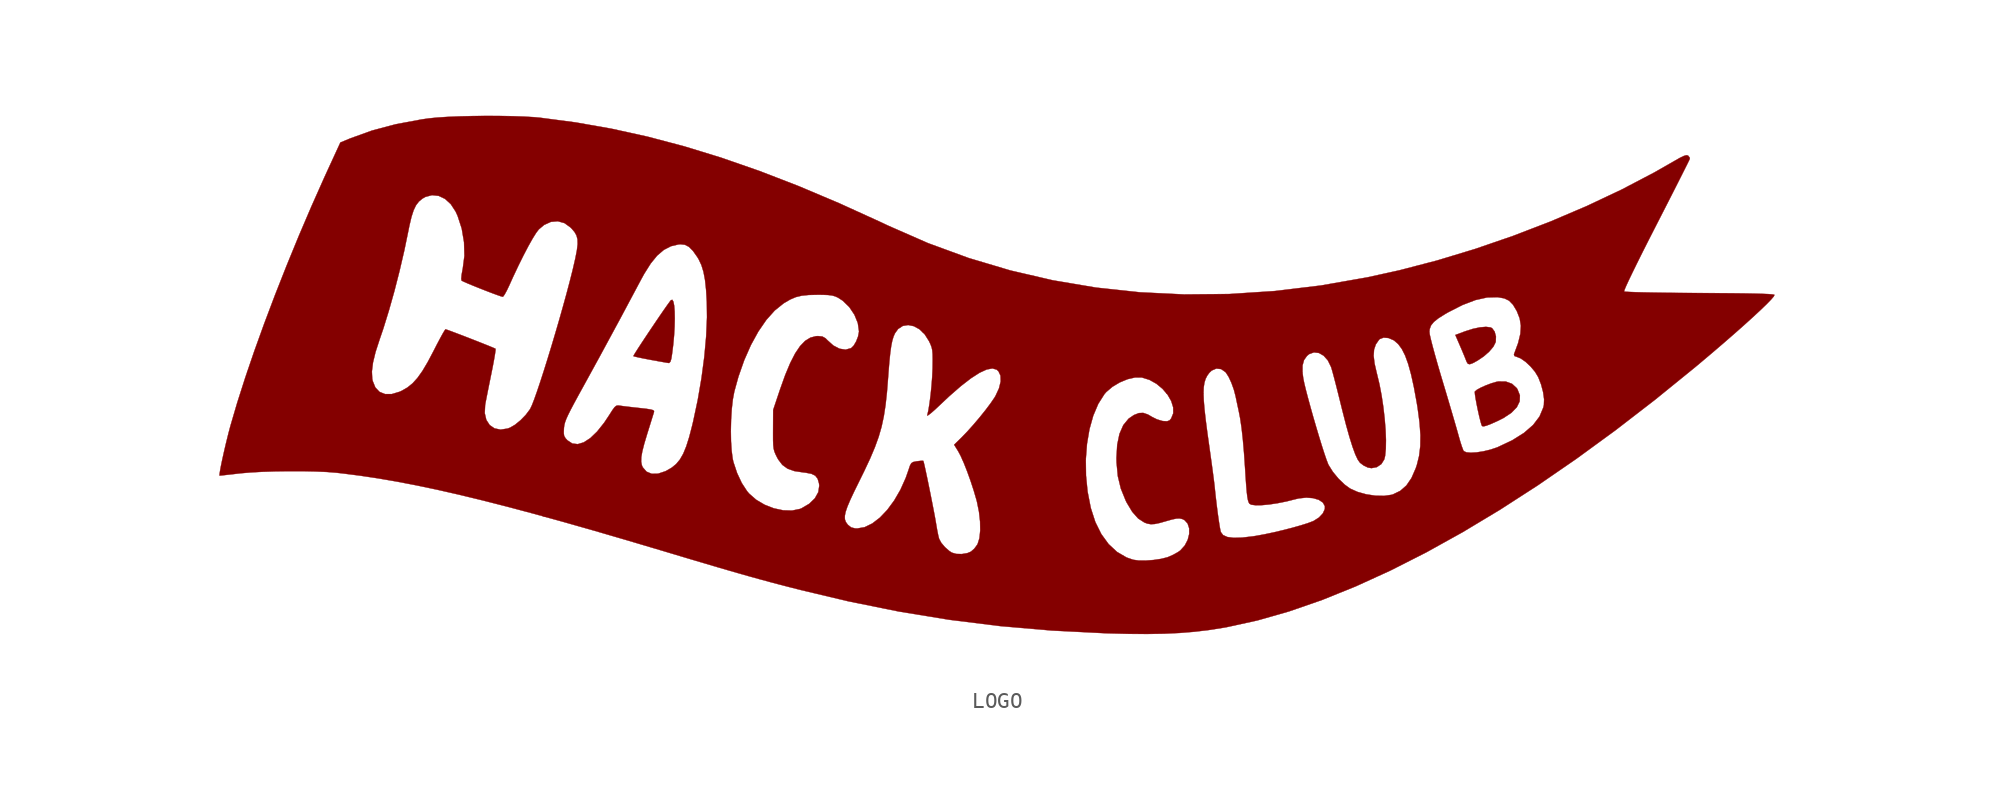
<source format=kicad_sym>
(kicad_symbol_lib
  (version 20220914)
  (generator "bitmap2component")
  (generator_version "8.0")
  (symbol "LOGO"
    (pin_names
      (offset 1.016))
    (property "Reference" "#G"
      (at 0 17.145 0)
      (effects (font (size 1.27 1.27)) hide))
    (symbol "LOGO_0_0"
      (polyline (pts (xy 12.382 -14.618) (xy 13.351 -14.573) (xy 14.26 -14.499) (xy 15.135 -14.396) (xy 16.002 -14.261) (xy 16.303 -14.208) (xy 18.21 -13.79) (xy 20.191 -13.225) (xy 22.24 -12.515) (xy 24.353 -11.662) (xy 26.527 -10.669) (xy 28.756 -9.539) (xy 31.037 -8.273) (xy 33.364 -6.875) (xy 35.734 -5.346) (xy 38.142 -3.689) (xy 40.584 -1.907) (xy 43.055 -0.001) (xy 45.551 2.025) (xy 45.88 2.3) (xy 46.635 2.937) (xy 47.352 3.552) (xy 48.023 4.136) (xy 48.636 4.679) (xy 49.182 5.173) (xy 49.648 5.606) (xy 50.026 5.97) (xy 50.304 6.256) (xy 50.473 6.453) (xy 50.521 6.552) (xy 50.509 6.561) (xy 50.399 6.583) (xy 50.167 6.602) (xy 49.807 6.618) (xy 49.312 6.632) (xy 48.675 6.644) (xy 47.889 6.654) (xy 46.947 6.662) (xy 45.843 6.668) (xy 45.395 6.671) (xy 44.528 6.677) (xy 43.726 6.686) (xy 43.004 6.697) (xy 42.378 6.709) (xy 41.862 6.722) (xy 41.47 6.737) (xy 41.218 6.751) (xy 41.121 6.766) (xy 41.12 6.769) (xy 41.15 6.874) (xy 41.253 7.118) (xy 41.424 7.489) (xy 41.659 7.977) (xy 41.951 8.572) (xy 42.295 9.264) (xy 42.688 10.041) (xy 43.123 10.893) (xy 43.321 11.28) (xy 43.704 12.029) (xy 44.061 12.728) (xy 44.383 13.362) (xy 44.663 13.917) (xy 44.895 14.378) (xy 45.072 14.731) (xy 45.185 14.962) (xy 45.227 15.057) (xy 45.221 15.133) (xy 45.12 15.26) (xy 45.113 15.264) (xy 45.011 15.281) (xy 44.848 15.233) (xy 44.596 15.11) (xy 44.231 14.901) (xy 43.028 14.213) (xy 40.968 13.134) (xy 38.787 12.104) (xy 36.515 11.135) (xy 34.181 10.238) (xy 31.814 9.424) (xy 29.441 8.705) (xy 27.093 8.093) (xy 25.086 7.651) (xy 22.178 7.141) (xy 19.298 6.794) (xy 16.448 6.607) (xy 13.632 6.581) (xy 10.853 6.716) (xy 8.114 7.011) (xy 5.418 7.466) (xy 2.768 8.081) (xy 0.169 8.855) (xy -2.378 9.788) (xy -4.868 10.88) (xy -5.312 11.09) (xy -7.935 12.284) (xy -10.465 13.353) (xy -12.915 14.299) (xy -15.297 15.127) (xy -17.623 15.84) (xy -19.907 16.443) (xy -22.161 16.939) (xy -24.397 17.332) (xy -26.628 17.626) (xy -26.986 17.659) (xy -27.622 17.696) (xy -28.362 17.721) (xy -29.171 17.735) (xy -30.014 17.738) (xy -30.86 17.728) (xy -31.672 17.708) (xy -32.417 17.677) (xy -33.061 17.635) (xy -33.57 17.583) (xy -34.015 17.52) (xy -35.636 17.218) (xy -37.126 16.822) (xy -38.494 16.328) (xy -39.1 16.077) (xy -39.906 14.325) (xy -40.115 13.867) (xy -40.916 12.068) (xy -41.699 10.237) (xy -42.455 8.395) (xy -43.177 6.566) (xy -43.855 4.771) (xy -44.482 3.033) (xy -44.914 1.768) (xy -37.131 1.768) (xy -37.063 2.32) (xy -36.903 2.982) (xy -36.648 3.768) (xy -36.416 4.447) (xy -36.068 5.573) (xy -35.724 6.792) (xy -35.4 8.059) (xy -35.105 9.329) (xy -34.852 10.556) (xy -34.787 10.879) (xy -34.658 11.425) (xy -34.524 11.841) (xy -34.373 12.154) (xy -34.193 12.388) (xy -33.974 12.57) (xy -33.786 12.677) (xy -33.373 12.787) (xy -32.956 12.742) (xy -32.558 12.552) (xy -32.199 12.223) (xy -31.9 11.765) (xy -31.774 11.491) (xy -31.516 10.697) (xy -31.372 9.845) (xy -31.349 8.99) (xy -31.453 8.185) (xy -31.468 8.116) (xy -31.524 7.799) (xy -31.545 7.562) (xy -31.527 7.449) (xy -31.514 7.439) (xy -31.375 7.371) (xy -31.121 7.26) (xy -30.785 7.121) (xy -30.401 6.967) (xy -30.004 6.811) (xy -29.626 6.666) (xy -29.302 6.547) (xy -29.066 6.465) (xy -28.952 6.435) (xy -28.925 6.452) (xy -28.831 6.586) (xy -28.7 6.825) (xy -28.553 7.133) (xy -28.31 7.67) (xy -27.976 8.377) (xy -27.654 9.026) (xy -27.355 9.598) (xy -27.089 10.071) (xy -26.867 10.428) (xy -26.699 10.647) (xy -26.367 10.926) (xy -25.943 11.118) (xy -25.511 11.156) (xy -25.094 11.039) (xy -24.714 10.764) (xy -24.632 10.68) (xy -24.459 10.472) (xy -24.342 10.261) (xy -24.281 10.02) (xy -24.274 9.722) (xy -24.319 9.341) (xy -24.414 8.85) (xy -24.558 8.223) (xy -24.602 8.04) (xy -24.773 7.364) (xy -24.97 6.62) (xy -25.189 5.826) (xy -25.422 5.002) (xy -25.665 4.168) (xy -25.911 3.342) (xy -26.155 2.545) (xy -26.39 1.795) (xy -26.611 1.112) (xy -26.812 0.515) (xy -26.986 0.024) (xy -27.129 -0.342) (xy -27.234 -0.564) (xy -27.26 -0.607) (xy -27.514 -0.945) (xy -27.838 -1.278) (xy -28.182 -1.56) (xy -28.493 -1.742) (xy -28.651 -1.8) (xy -29.09 -1.867) (xy -29.468 -1.79) (xy -29.77 -1.582) (xy -29.98 -1.259) (xy -30.079 -0.834) (xy -30.054 -0.324) (xy -30.023 -0.153) (xy -29.961 0.166) (xy -29.878 0.586) (xy -29.78 1.073) (xy -29.675 1.591) (xy -29.674 1.595) (xy -29.576 2.084) (xy -29.496 2.514) (xy -29.437 2.859) (xy -29.405 3.091) (xy -29.403 3.184) (xy -29.433 3.201) (xy -29.596 3.272) (xy -29.871 3.385) (xy -30.229 3.528) (xy -30.639 3.69) (xy -31.072 3.859) (xy -31.497 4.023) (xy -31.886 4.171) (xy -32.208 4.292) (xy -32.432 4.373) (xy -32.531 4.402) (xy -32.578 4.343) (xy -32.691 4.155) (xy -32.853 3.861) (xy -33.053 3.484) (xy -33.275 3.05) (xy -33.64 2.359) (xy -33.97 1.802) (xy -34.28 1.366) (xy -34.586 1.028) (xy -34.904 0.769) (xy -35.251 0.568) (xy -35.391 0.503) (xy -35.881 0.355) (xy -36.306 0.353) (xy -36.654 0.492) (xy -36.917 0.77) (xy -37.084 1.184) (xy -37.109 1.311) (xy -37.131 1.768) (xy -44.914 1.768) (xy -45.048 1.374) (xy -45.546 -0.184) (xy -45.967 -1.618) (xy -46.025 -1.832) (xy -46.088 -2.076) (xy -25.143 -2.076) (xy -25.13 -1.788) (xy -25.124 -1.715) (xy -25.101 -1.563) (xy -25.057 -1.398) (xy -24.984 -1.201) (xy -24.872 -0.953) (xy -24.712 -0.633) (xy -24.497 -0.225) (xy -24.216 0.293) (xy -23.86 0.939) (xy -22.883 2.721) (xy -21.59 5.11) (xy -20.274 7.577) (xy -20.114 7.868) (xy -19.707 8.515) (xy -19.302 9.011) (xy -18.885 9.367) (xy -18.443 9.595) (xy -17.965 9.708) (xy -17.847 9.717) (xy -17.564 9.685) (xy -17.314 9.554) (xy -17.066 9.304) (xy -16.791 8.914) (xy -16.707 8.774) (xy -16.538 8.413) (xy -16.408 7.992) (xy -16.312 7.483) (xy -16.245 6.86) (xy -16.2 6.096) (xy -16.189 5.158) (xy -16.241 3.966) (xy -16.357 2.684) (xy -16.534 1.348) (xy -16.767 -0.01) (xy -17.053 -1.355) (xy -17.116 -1.618) (xy -17.195 -1.925) (xy -14.699 -1.925) (xy -14.683 -1.242) (xy -14.642 -0.582) (xy -14.575 0.015) (xy -14.483 0.508) (xy -14.227 1.436) (xy -13.864 2.47) (xy -13.446 3.418) (xy -12.982 4.263) (xy -12.482 4.99) (xy -11.954 5.58) (xy -11.409 6.018) (xy -11.362 6.049) (xy -10.988 6.266) (xy -10.641 6.414) (xy -10.271 6.504) (xy -9.831 6.549) (xy -9.271 6.562) (xy -8.963 6.56) (xy -8.617 6.546) (xy -8.368 6.515) (xy -8.174 6.46) (xy -7.99 6.375) (xy -7.7 6.185) (xy -7.295 5.79) (xy -6.975 5.313) (xy -6.764 4.796) (xy -6.691 4.282) (xy -6.692 4.242) (xy -6.749 3.95) (xy -6.869 3.642) (xy -7.024 3.38) (xy -7.184 3.224) (xy -7.527 3.131) (xy -7.904 3.188) (xy -8.291 3.388) (xy -8.662 3.721) (xy -8.784 3.844) (xy -8.98 3.952) (xy -9.251 3.979) (xy -9.376 3.973) (xy -9.726 3.883) (xy -10.056 3.68) (xy -10.372 3.353) (xy -10.681 2.894) (xy -10.988 2.294) (xy -11.302 1.544) (xy -11.627 0.635) (xy -12.053 -0.635) (xy -12.059 -1.868) (xy -12.06 -2.106) (xy -12.059 -2.525) (xy -12.048 -2.827) (xy -12.024 -3.049) (xy -11.979 -3.228) (xy -11.91 -3.399) (xy -11.811 -3.599) (xy -11.739 -3.73) (xy -11.482 -4.069) (xy -11.156 -4.305) (xy -10.73 -4.457) (xy -10.172 -4.541) (xy -10.039 -4.555) (xy -9.667 -4.625) (xy -9.423 -4.744) (xy -9.274 -4.935) (xy -9.19 -5.22) (xy -9.172 -5.366) (xy -9.233 -5.775) (xy -9.447 -6.159) (xy -9.8 -6.501) (xy -10.281 -6.783) (xy -10.38 -6.823) (xy -10.873 -6.925) (xy -11.43 -6.909) (xy -12.013 -6.785) (xy -12.586 -6.562) (xy -13.113 -6.251) (xy -13.557 -5.863) (xy -13.685 -5.712) (xy -14.016 -5.204) (xy -14.307 -4.584) (xy -14.537 -3.895) (xy -14.584 -3.685) (xy -14.649 -3.187) (xy -14.688 -2.587) (xy -14.699 -1.925) (xy -17.195 -1.925) (xy -17.303 -2.338) (xy -17.486 -2.917) (xy -17.675 -3.377) (xy -17.883 -3.738) (xy -18.12 -4.021) (xy -18.398 -4.247) (xy -18.728 -4.438) (xy -18.793 -4.469) (xy -19.248 -4.62) (xy -19.643 -4.628) (xy -19.966 -4.495) (xy -20.202 -4.224) (xy -20.262 -4.088) (xy -20.304 -3.867) (xy -20.295 -3.585) (xy -20.231 -3.22) (xy -20.11 -2.746) (xy -19.929 -2.14) (xy -19.856 -1.907) (xy -19.725 -1.487) (xy -19.615 -1.133) (xy -19.536 -0.878) (xy -19.498 -0.752) (xy -19.501 -0.696) (xy -19.567 -0.646) (xy -19.725 -0.604) (xy -20 -0.562) (xy -20.419 -0.515) (xy -20.751 -0.479) (xy -21.138 -0.434) (xy -21.45 -0.396) (xy -21.64 -0.369) (xy -21.756 -0.356) (xy -21.863 -0.38) (xy -21.97 -0.471) (xy -22.105 -0.655) (xy -22.298 -0.959) (xy -22.617 -1.438) (xy -23.056 -1.988) (xy -23.482 -2.397) (xy -23.887 -2.661) (xy -24.264 -2.775) (xy -24.607 -2.735) (xy -24.909 -2.537) (xy -25.031 -2.405) (xy -25.116 -2.26) (xy -25.143 -2.076) (xy -46.088 -2.076) (xy -46.143 -2.29) (xy -46.262 -2.775) (xy -46.375 -3.261) (xy -46.477 -3.721) (xy -46.561 -4.126) (xy -46.621 -4.45) (xy -46.653 -4.664) (xy -46.649 -4.741) (xy -46.633 -4.74) (xy -46.483 -4.726) (xy -46.208 -4.695) (xy -45.84 -4.654) (xy -45.411 -4.604) (xy -45.343 -4.596) (xy -44.72 -4.543) (xy -43.98 -4.502) (xy -43.164 -4.475) (xy -42.313 -4.463) (xy -41.467 -4.464) (xy -40.667 -4.481) (xy -39.955 -4.512) (xy -39.37 -4.558) (xy -38.934 -4.607) (xy -37.855 -4.745) (xy -36.736 -4.913) (xy -35.568 -5.114) (xy -34.34 -5.35) (xy -33.042 -5.623) (xy -31.665 -5.936) (xy -30.198 -6.292) (xy -28.633 -6.691) (xy -26.957 -7.138) (xy -26.48 -7.27) (xy -7.579 -7.27) (xy -7.529 -7.013) (xy -7.417 -6.683) (xy -7.238 -6.26) (xy -6.988 -5.727) (xy -6.662 -5.064) (xy -6.359 -4.449) (xy -5.992 -3.666) (xy -5.697 -2.967) (xy -5.462 -2.319) (xy -5.279 -1.686) (xy -5.139 -1.032) (xy -5.03 -0.323) (xy -4.943 0.476) (xy -4.87 1.402) (xy -4.844 1.759) (xy -4.789 2.425) (xy -4.734 2.954) (xy -4.675 3.369) (xy -4.61 3.692) (xy -4.533 3.946) (xy -4.443 4.152) (xy -4.247 4.423) (xy -3.954 4.614) (xy -3.617 4.67) (xy -3.26 4.598) (xy -2.909 4.404) (xy -2.723 4.224) (xy 28.956 4.224) (xy 28.971 4.406) (xy 29.054 4.641) (xy 29.231 4.862) (xy 29.522 5.095) (xy 29.95 5.363) (xy 30.132 5.468) (xy 31.024 5.922) (xy 31.834 6.231) (xy 32.562 6.393) (xy 33.212 6.41) (xy 33.241 6.407) (xy 33.639 6.335) (xy 33.938 6.19) (xy 34.181 5.939) (xy 34.412 5.553) (xy 34.423 5.532) (xy 34.599 5.083) (xy 34.673 4.621) (xy 34.64 4.116) (xy 34.5 3.541) (xy 34.251 2.866) (xy 34.239 2.826) (xy 34.275 2.732) (xy 34.451 2.669) (xy 34.667 2.58) (xy 34.972 2.367) (xy 35.282 2.075) (xy 35.558 1.745) (xy 35.758 1.414) (xy 35.936 0.957) (xy 36.062 0.477) (xy 36.124 0.031) (xy 36.111 -0.326) (xy 36.075 -0.484) (xy 35.839 -1.048) (xy 35.436 -1.578) (xy 34.867 -2.072) (xy 34.133 -2.533) (xy 33.233 -2.958) (xy 33.182 -2.979) (xy 32.768 -3.118) (xy 32.333 -3.222) (xy 31.912 -3.288) (xy 31.542 -3.309) (xy 31.26 -3.284) (xy 31.101 -3.207) (xy 31.064 -3.136) (xy 30.983 -2.921) (xy 30.883 -2.61) (xy 30.778 -2.244) (xy 30.751 -2.143) (xy 30.651 -1.791) (xy 30.514 -1.317) (xy 30.347 -0.747) (xy 30.16 -0.111) (xy 29.959 0.565) (xy 29.753 1.251) (xy 29.643 1.619) (xy 29.458 2.254) (xy 29.293 2.839) (xy 29.154 3.35) (xy 29.048 3.766) (xy 28.98 4.065) (xy 28.956 4.224) (xy -2.723 4.224) (xy -2.586 4.092) (xy -2.317 3.668) (xy -2.224 3.472) (xy -2.154 3.289) (xy -2.112 3.098) (xy -2.091 2.859) (xy -2.085 2.531) (xy -2.09 2.074) (xy -2.092 1.95) (xy -2.116 1.427) (xy -2.159 0.862) (xy -2.216 0.297) (xy -2.283 -0.225) (xy -2.354 -0.663) (xy -2.426 -0.974) (xy -2.425 -0.989) (xy -2.349 -0.956) (xy -2.179 -0.825) (xy -1.937 -0.613) (xy -1.641 -0.335) (xy -1.045 0.225) (xy -0.326 0.852) (xy 0.303 1.339) (xy 0.842 1.686) (xy 1.291 1.892) (xy 1.648 1.958) (xy 1.913 1.883) (xy 2.024 1.784) (xy 2.154 1.508) (xy 2.165 1.145) (xy 2.06 0.714) (xy 1.839 0.237) (xy 1.773 0.127) (xy 1.534 -0.222) (xy 1.217 -0.644) (xy 0.848 -1.103) (xy 0.456 -1.565) (xy 0.07 -1.995) (xy -0.281 -2.359) (xy -0.744 -2.812) (xy -0.493 -3.215) (xy -0.333 -3.514) (xy -0.236 -3.733) (xy 7.483 -3.733) (xy 7.557 -2.758) (xy 7.713 -1.837) (xy 7.949 -0.995) (xy 8.261 -0.258) (xy 8.647 0.351) (xy 8.763 0.484) (xy 9.145 0.809) (xy 9.603 1.083) (xy 10.092 1.285) (xy 10.566 1.394) (xy 10.981 1.391) (xy 10.996 1.389) (xy 11.465 1.242) (xy 11.899 0.999) (xy 12.281 0.681) (xy 12.512 0.41) (xy 14.839 0.41) (xy 14.852 0.773) (xy 14.896 1.066) (xy 14.97 1.306) (xy 15.073 1.508) (xy 15.207 1.69) (xy 15.353 1.827) (xy 15.642 1.95) (xy 15.941 1.917) (xy 16.215 1.726) (xy 16.229 1.71) (xy 21.026 1.71) (xy 21.028 2.145) (xy 21.12 2.48) (xy 21.307 2.742) (xy 21.442 2.853) (xy 21.741 2.961) (xy 22.051 2.924) (xy 22.349 2.752) (xy 22.611 2.457) (xy 22.811 2.05) (xy 22.835 1.976) (xy 22.909 1.718) (xy 23.011 1.34) (xy 23.133 0.868) (xy 23.268 0.333) (xy 23.409 -0.236) (xy 23.506 -0.63) (xy 23.744 -1.556) (xy 23.959 -2.325) (xy 24.152 -2.94) (xy 24.324 -3.41) (xy 24.479 -3.74) (xy 24.618 -3.936) (xy 24.846 -4.108) (xy 25.112 -4.236) (xy 25.336 -4.274) (xy 25.671 -4.21) (xy 25.954 -4.019) (xy 26.136 -3.725) (xy 26.189 -3.504) (xy 26.232 -3.067) (xy 26.241 -2.514) (xy 26.216 -1.875) (xy 26.16 -1.179) (xy 26.077 -0.453) (xy 25.968 0.272) (xy 25.835 0.968) (xy 25.682 1.606) (xy 25.666 1.667) (xy 25.528 2.268) (xy 25.471 2.749) (xy 25.498 3.138) (xy 25.608 3.461) (xy 25.805 3.747) (xy 25.856 3.795) (xy 26.095 3.884) (xy 26.398 3.859) (xy 26.716 3.723) (xy 26.754 3.699) (xy 27.006 3.481) (xy 27.233 3.174) (xy 27.44 2.764) (xy 27.631 2.238) (xy 27.812 1.582) (xy 27.988 0.784) (xy 28.163 -0.169) (xy 28.218 -0.503) (xy 28.339 -1.417) (xy 28.396 -2.207) (xy 28.387 -2.896) (xy 28.313 -3.509) (xy 28.174 -4.07) (xy 28.102 -4.284) (xy 27.836 -4.893) (xy 27.519 -5.357) (xy 27.137 -5.692) (xy 26.678 -5.914) (xy 26.592 -5.94) (xy 26.125 -6.007) (xy 25.578 -5.995) (xy 25.006 -5.909) (xy 24.463 -5.758) (xy 24.002 -5.55) (xy 23.664 -5.305) (xy 23.274 -4.93) (xy 22.921 -4.502) (xy 22.653 -4.074) (xy 22.625 -4.012) (xy 22.523 -3.746) (xy 22.389 -3.353) (xy 22.231 -2.862) (xy 22.058 -2.3) (xy 21.877 -1.693) (xy 21.695 -1.07) (xy 21.523 -0.457) (xy 21.366 0.118) (xy 21.233 0.627) (xy 21.133 1.044) (xy 21.073 1.341) (xy 21.026 1.71) (xy 16.229 1.71) (xy 16.239 1.698) (xy 16.409 1.433) (xy 16.582 1.062) (xy 16.735 0.637) (xy 16.846 0.213) (xy 16.894 -0.02) (xy 16.967 -0.363) (xy 17.044 -0.72) (xy 17.128 -1.152) (xy 17.218 -1.763) (xy 17.299 -2.49) (xy 17.373 -3.349) (xy 17.442 -4.36) (xy 17.468 -4.792) (xy 17.507 -5.343) (xy 17.542 -5.759) (xy 17.578 -6.062) (xy 17.617 -6.272) (xy 17.661 -6.41) (xy 17.713 -6.498) (xy 17.834 -6.56) (xy 18.103 -6.593) (xy 18.485 -6.587) (xy 18.951 -6.543) (xy 19.473 -6.464) (xy 20.024 -6.354) (xy 20.577 -6.215) (xy 20.801 -6.163) (xy 21.263 -6.115) (xy 21.687 -6.148) (xy 22.043 -6.253) (xy 22.299 -6.424) (xy 22.425 -6.652) (xy 22.422 -6.827) (xy 22.298 -7.101) (xy 22.054 -7.361) (xy 21.718 -7.574) (xy 21.678 -7.591) (xy 21.359 -7.712) (xy 20.916 -7.851) (xy 20.386 -8.001) (xy 19.804 -8.15) (xy 19.208 -8.291) (xy 18.634 -8.412) (xy 18.119 -8.506) (xy 17.925 -8.536) (xy 17.249 -8.615) (xy 16.719 -8.629) (xy 16.328 -8.577) (xy 16.065 -8.458) (xy 15.923 -8.271) (xy 15.899 -8.183) (xy 15.851 -7.926) (xy 15.792 -7.549) (xy 15.726 -7.08) (xy 15.659 -6.549) (xy 15.593 -5.986) (xy 15.533 -5.419) (xy 15.522 -5.312) (xy 15.483 -4.995) (xy 15.426 -4.559) (xy 15.356 -4.036) (xy 15.276 -3.459) (xy 15.192 -2.858) (xy 15.082 -2.075) (xy 14.977 -1.266) (xy 14.901 -0.593) (xy 14.855 -0.04) (xy 14.839 0.41) (xy 12.512 0.41) (xy 12.595 0.314) (xy 12.822 -0.08) (xy 12.945 -0.475) (xy 12.949 -0.848) (xy 12.815 -1.176) (xy 12.714 -1.291) (xy 12.567 -1.345) (xy 12.324 -1.334) (xy 12.246 -1.322) (xy 11.93 -1.225) (xy 11.637 -1.08) (xy 11.361 -0.92) (xy 11.069 -0.821) (xy 10.798 -0.834) (xy 10.493 -0.954) (xy 10.16 -1.18) (xy 9.826 -1.588) (xy 9.588 -2.133) (xy 9.446 -2.816) (xy 9.399 -3.637) (xy 9.405 -3.925) (xy 9.485 -4.775) (xy 9.673 -5.552) (xy 9.98 -6.308) (xy 10.038 -6.425) (xy 10.388 -7.007) (xy 10.759 -7.423) (xy 11.152 -7.675) (xy 11.338 -7.742) (xy 11.548 -7.778) (xy 11.789 -7.765) (xy 12.103 -7.699) (xy 12.533 -7.577) (xy 12.882 -7.479) (xy 13.15 -7.424) (xy 13.346 -7.417) (xy 13.515 -7.454) (xy 13.651 -7.52) (xy 13.847 -7.735) (xy 13.945 -8.035) (xy 13.946 -8.387) (xy 13.852 -8.757) (xy 13.667 -9.111) (xy 13.391 -9.416) (xy 13.247 -9.519) (xy 12.954 -9.683) (xy 12.638 -9.824) (xy 12.577 -9.846) (xy 12.185 -9.944) (xy 11.716 -10.014) (xy 11.231 -10.05) (xy 10.787 -10.047) (xy 10.446 -10) (xy 10.033 -9.858) (xy 9.436 -9.51) (xy 8.906 -9.018) (xy 8.451 -8.392) (xy 8.079 -7.642) (xy 7.8 -6.779) (xy 7.789 -6.734) (xy 7.596 -5.746) (xy 7.496 -4.737) (xy 7.483 -3.733) (xy -0.236 -3.733) (xy -0.138 -3.953) (xy 0.072 -4.485) (xy 0.283 -5.072) (xy 0.481 -5.677) (xy 0.653 -6.265) (xy 0.684 -6.385) (xy 0.809 -7.004) (xy 0.877 -7.612) (xy 0.886 -8.173) (xy 0.837 -8.65) (xy 0.726 -9.006) (xy 0.696 -9.061) (xy 0.512 -9.31) (xy 0.303 -9.492) (xy 0.083 -9.584) (xy -0.263 -9.643) (xy -0.613 -9.634) (xy -0.889 -9.554) (xy -1.048 -9.45) (xy -1.323 -9.208) (xy -1.553 -8.934) (xy -1.686 -8.684) (xy -1.688 -8.677) (xy -1.742 -8.457) (xy -1.805 -8.139) (xy -1.865 -7.789) (xy -1.891 -7.633) (xy -1.951 -7.295) (xy -2.031 -6.874) (xy -2.124 -6.397) (xy -2.224 -5.891) (xy -2.327 -5.385) (xy -2.425 -4.906) (xy -2.515 -4.483) (xy -2.589 -4.142) (xy -2.643 -3.912) (xy -2.671 -3.821) (xy -2.694 -3.814) (xy -2.842 -3.818) (xy -3.072 -3.845) (xy -3.111 -3.851) (xy -3.304 -3.891) (xy -3.421 -3.965) (xy -3.504 -4.115) (xy -3.594 -4.385) (xy -3.768 -4.882) (xy -4.1 -5.623) (xy -4.49 -6.295) (xy -4.922 -6.881) (xy -5.383 -7.365) (xy -5.859 -7.731) (xy -6.335 -7.963) (xy -6.798 -8.043) (xy -6.939 -8.038) (xy -7.179 -7.978) (xy -7.372 -7.825) (xy -7.406 -7.788) (xy -7.513 -7.638) (xy -7.572 -7.472) (xy -7.579 -7.27) (xy -26.48 -7.27) (xy -25.163 -7.634) (xy -23.239 -8.181) (xy -21.177 -8.783) (xy -18.965 -9.44) (xy -18.521 -9.573) (xy -17.4 -9.909) (xy -16.413 -10.202) (xy -15.542 -10.46) (xy -14.766 -10.686) (xy -14.065 -10.888) (xy -13.419 -11.07) (xy -12.809 -11.239) (xy -12.215 -11.4) (xy -11.617 -11.558) (xy -10.994 -11.719) (xy -10.328 -11.889) (xy -7.372 -12.591) (xy -4.194 -13.234) (xy -1.038 -13.75) (xy 2.132 -14.144) (xy 5.358 -14.422) (xy 8.678 -14.59) (xy 8.853 -14.596) (xy 10.159 -14.629) (xy 11.327 -14.636) (xy 12.382 -14.618)) (stroke (width 0.01) (type default)) (fill (type outline)))
      (polyline (pts (xy -18.558 2.295) (xy -18.477 2.377) (xy -18.419 2.561) (xy -18.372 2.863) (xy -18.299 3.442) (xy -18.246 4.017) (xy -18.214 4.569) (xy -18.203 5.076) (xy -18.211 5.518) (xy -18.239 5.874) (xy -18.288 6.124) (xy -18.356 6.247) (xy -18.443 6.222) (xy -18.504 6.146) (xy -18.651 5.945) (xy -18.857 5.653) (xy -19.105 5.293) (xy -19.381 4.887) (xy -19.669 4.46) (xy -19.954 4.034) (xy -20.221 3.632) (xy -20.453 3.277) (xy -20.635 2.993) (xy -20.752 2.801) (xy -20.789 2.727) (xy -20.787 2.725) (xy -20.68 2.693) (xy -20.442 2.639) (xy -20.108 2.571) (xy -19.709 2.495) (xy -19.683 2.49) (xy -19.279 2.417) (xy -18.935 2.356) (xy -18.686 2.313) (xy -18.567 2.295) (xy -18.558 2.295)) (stroke (width 0.01) (type default)) (fill (type outline)))
      (polyline (pts (xy 32.519 -1.62) (xy 32.788 -1.516) (xy 33.183 -1.342) (xy 33.574 -1.148) (xy 34.076 -0.818) (xy 34.418 -0.468) (xy 34.596 -0.102) (xy 34.61 0.275) (xy 34.457 0.661) (xy 34.413 0.728) (xy 34.119 0.997) (xy 33.73 1.138) (xy 33.268 1.142) (xy 33.121 1.114) (xy 32.815 1.023) (xy 32.481 0.897) (xy 32.169 0.757) (xy 31.924 0.623) (xy 31.796 0.514) (xy 31.791 0.49) (xy 31.804 0.33) (xy 31.846 0.059) (xy 31.909 -0.283) (xy 31.986 -0.658) (xy 32.068 -1.028) (xy 32.149 -1.352) (xy 32.219 -1.593) (xy 32.258 -1.648) (xy 32.351 -1.662) (xy 32.519 -1.62)) (stroke (width 0.01) (type default)) (fill (type outline)))
      (polyline (pts (xy 31.668 2.287) (xy 31.962 2.447) (xy 32.347 2.706) (xy 32.694 3.01) (xy 32.954 3.317) (xy 33.092 3.593) (xy 33.102 3.632) (xy 33.114 3.955) (xy 33.032 4.259) (xy 32.872 4.474) (xy 32.772 4.522) (xy 32.491 4.556) (xy 32.11 4.524) (xy 31.663 4.429) (xy 31.185 4.276) (xy 30.577 4.049) (xy 30.876 3.358) (xy 30.926 3.243) (xy 31.069 2.905) (xy 31.187 2.618) (xy 31.259 2.434) (xy 31.287 2.364) (xy 31.364 2.246) (xy 31.48 2.22) (xy 31.668 2.287)) (stroke (width 0.01) (type default)) (fill (type outline))))))
</source>
